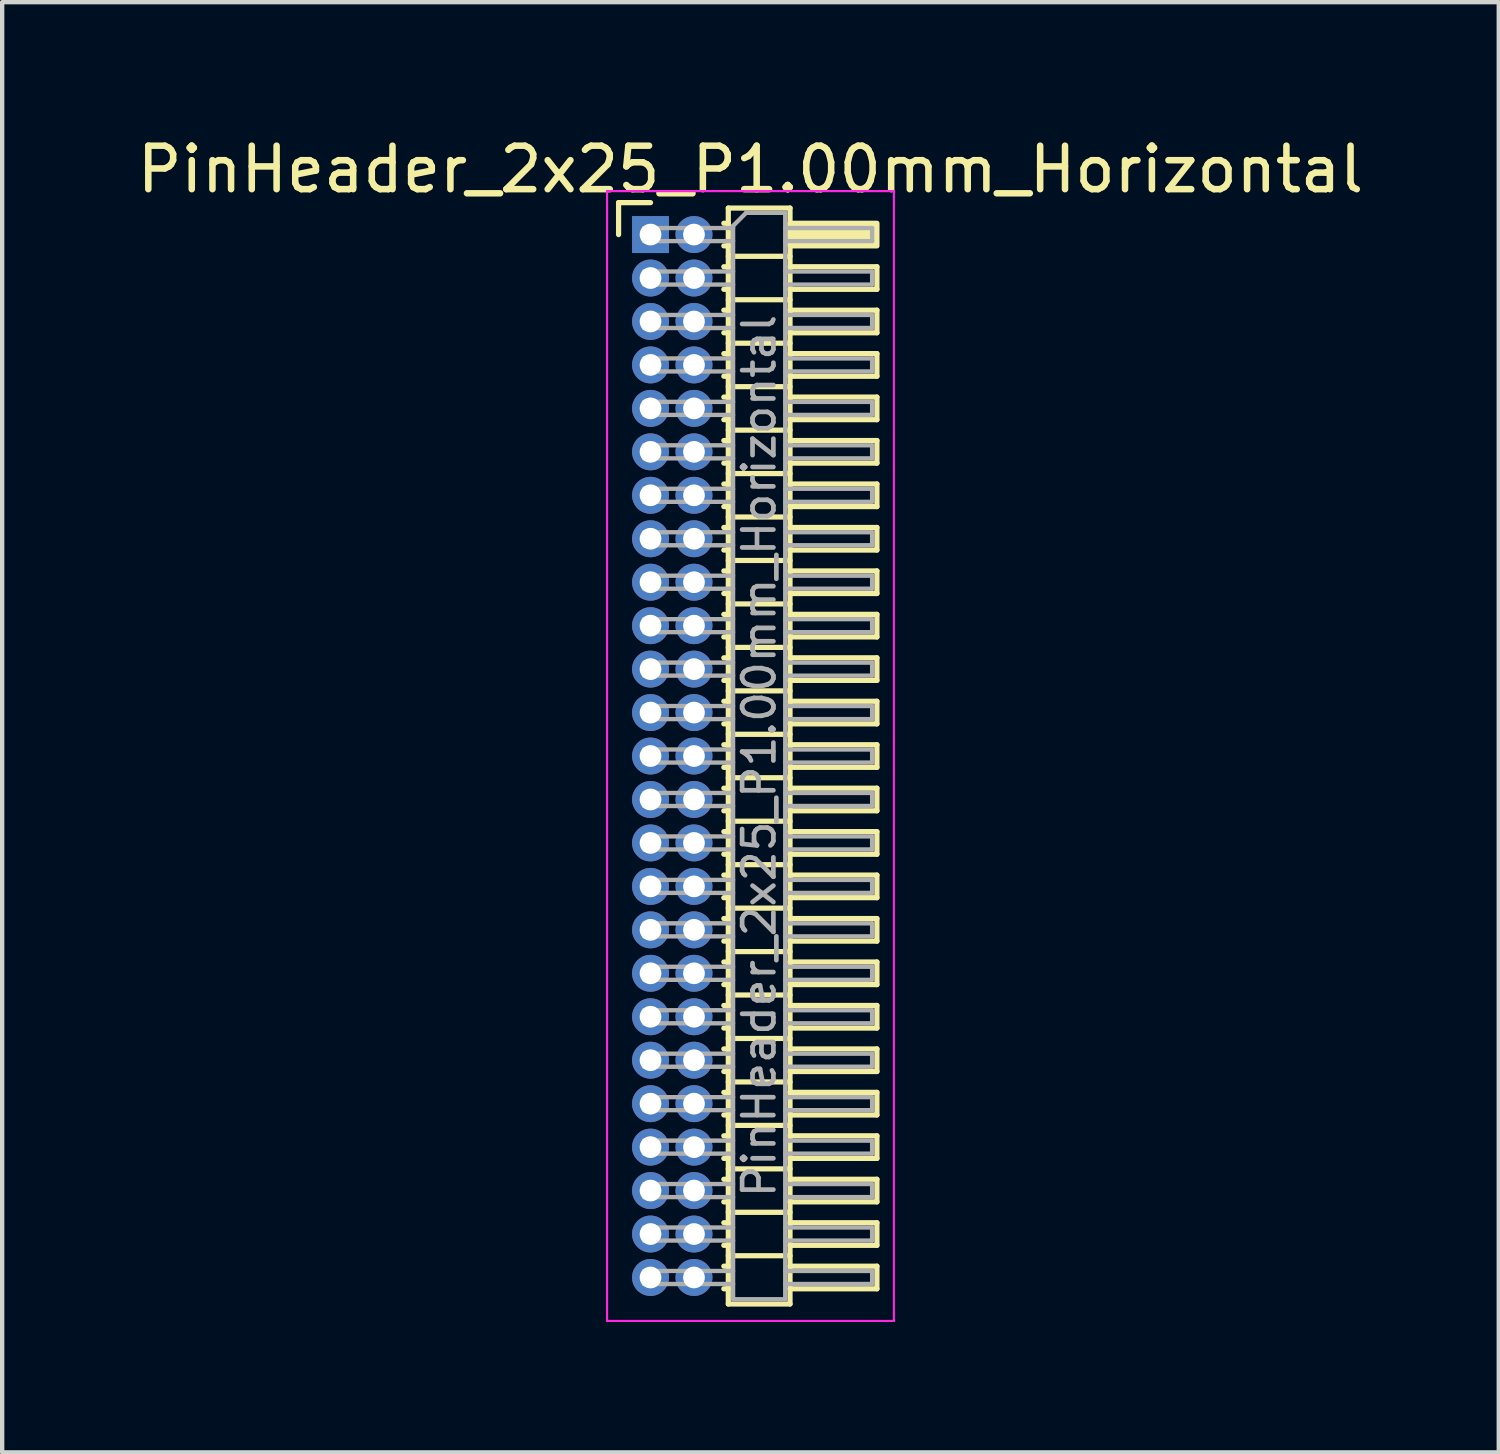
<source format=kicad_pcb>
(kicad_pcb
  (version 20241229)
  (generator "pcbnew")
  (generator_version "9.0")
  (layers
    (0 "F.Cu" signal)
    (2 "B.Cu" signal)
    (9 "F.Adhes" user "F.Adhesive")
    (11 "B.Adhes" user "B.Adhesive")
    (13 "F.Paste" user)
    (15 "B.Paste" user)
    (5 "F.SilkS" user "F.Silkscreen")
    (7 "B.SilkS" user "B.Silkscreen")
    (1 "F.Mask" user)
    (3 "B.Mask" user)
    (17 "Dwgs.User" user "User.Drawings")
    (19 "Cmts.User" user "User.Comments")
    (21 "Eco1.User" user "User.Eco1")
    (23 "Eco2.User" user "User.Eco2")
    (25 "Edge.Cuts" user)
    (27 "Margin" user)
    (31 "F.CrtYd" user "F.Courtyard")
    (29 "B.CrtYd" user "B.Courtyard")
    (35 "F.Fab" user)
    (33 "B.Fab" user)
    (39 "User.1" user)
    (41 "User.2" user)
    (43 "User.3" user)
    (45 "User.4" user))
  (footprint "PinHeader_2x25_P1.00mm_Horizontal"
    (layer "F.Cu")
    (at 11.92 2.348)
    (property "Reference" "PinHeader_2x25_P1.00mm_Horizontal" (at 2.3 -1.5 0) (layer "F.SilkS") (effects (font (size 1 1) (thickness 0.15))))
    (attr through_hole)
    (fp_line (start -0.735 -0.735) (end 0 -0.735) (stroke (width 0.12) (type solid)) (layer "F.SilkS"))
    (fp_line (start -0.735 0) (end -0.735 -0.735) (stroke (width 0.12) (type solid)) (layer "F.SilkS"))
    (fp_line (start 1.687 -0.26) (end 1.79 -0.26) (stroke (width 0.12) (type solid)) (layer "F.SilkS"))
    (fp_line (start 1.687 0.26) (end 1.79 0.26) (stroke (width 0.12) (type solid)) (layer "F.SilkS"))
    (fp_line (start 1.687 0.74) (end 1.79 0.74) (stroke (width 0.12) (type solid)) (layer "F.SilkS"))
    (fp_line (start 1.687 1.26) (end 1.79 1.26) (stroke (width 0.12) (type solid)) (layer "F.SilkS"))
    (fp_line (start 1.687 1.74) (end 1.79 1.74) (stroke (width 0.12) (type solid)) (layer "F.SilkS"))
    (fp_line (start 1.687 2.26) (end 1.79 2.26) (stroke (width 0.12) (type solid)) (layer "F.SilkS"))
    (fp_line (start 1.687 2.74) (end 1.79 2.74) (stroke (width 0.12) (type solid)) (layer "F.SilkS"))
    (fp_line (start 1.687 3.26) (end 1.79 3.26) (stroke (width 0.12) (type solid)) (layer "F.SilkS"))
    (fp_line (start 1.687 3.74) (end 1.79 3.74) (stroke (width 0.12) (type solid)) (layer "F.SilkS"))
    (fp_line (start 1.687 4.26) (end 1.79 4.26) (stroke (width 0.12) (type solid)) (layer "F.SilkS"))
    (fp_line (start 1.687 4.74) (end 1.79 4.74) (stroke (width 0.12) (type solid)) (layer "F.SilkS"))
    (fp_line (start 1.687 5.26) (end 1.79 5.26) (stroke (width 0.12) (type solid)) (layer "F.SilkS"))
    (fp_line (start 1.687 5.74) (end 1.79 5.74) (stroke (width 0.12) (type solid)) (layer "F.SilkS"))
    (fp_line (start 1.687 6.26) (end 1.79 6.26) (stroke (width 0.12) (type solid)) (layer "F.SilkS"))
    (fp_line (start 1.687 6.74) (end 1.79 6.74) (stroke (width 0.12) (type solid)) (layer "F.SilkS"))
    (fp_line (start 1.687 7.26) (end 1.79 7.26) (stroke (width 0.12) (type solid)) (layer "F.SilkS"))
    (fp_line (start 1.687 7.74) (end 1.79 7.74) (stroke (width 0.12) (type solid)) (layer "F.SilkS"))
    (fp_line (start 1.687 8.26) (end 1.79 8.26) (stroke (width 0.12) (type solid)) (layer "F.SilkS"))
    (fp_line (start 1.687 8.74) (end 1.79 8.74) (stroke (width 0.12) (type solid)) (layer "F.SilkS"))
    (fp_line (start 1.687 9.26) (end 1.79 9.26) (stroke (width 0.12) (type solid)) (layer "F.SilkS"))
    (fp_line (start 1.687 9.74) (end 1.79 9.74) (stroke (width 0.12) (type solid)) (layer "F.SilkS"))
    (fp_line (start 1.687 10.26) (end 1.79 10.26) (stroke (width 0.12) (type solid)) (layer "F.SilkS"))
    (fp_line (start 1.687 10.74) (end 1.79 10.74) (stroke (width 0.12) (type solid)) (layer "F.SilkS"))
    (fp_line (start 1.687 11.26) (end 1.79 11.26) (stroke (width 0.12) (type solid)) (layer "F.SilkS"))
    (fp_line (start 1.687 11.74) (end 1.79 11.74) (stroke (width 0.12) (type solid)) (layer "F.SilkS"))
    (fp_line (start 1.687 12.26) (end 1.79 12.26) (stroke (width 0.12) (type solid)) (layer "F.SilkS"))
    (fp_line (start 1.687 12.74) (end 1.79 12.74) (stroke (width 0.12) (type solid)) (layer "F.SilkS"))
    (fp_line (start 1.687 13.26) (end 1.79 13.26) (stroke (width 0.12) (type solid)) (layer "F.SilkS"))
    (fp_line (start 1.687 13.74) (end 1.79 13.74) (stroke (width 0.12) (type solid)) (layer "F.SilkS"))
    (fp_line (start 1.687 14.26) (end 1.79 14.26) (stroke (width 0.12) (type solid)) (layer "F.SilkS"))
    (fp_line (start 1.687 14.74) (end 1.79 14.74) (stroke (width 0.12) (type solid)) (layer "F.SilkS"))
    (fp_line (start 1.687 15.26) (end 1.79 15.26) (stroke (width 0.12) (type solid)) (layer "F.SilkS"))
    (fp_line (start 1.687 15.74) (end 1.79 15.74) (stroke (width 0.12) (type solid)) (layer "F.SilkS"))
    (fp_line (start 1.687 16.26) (end 1.79 16.26) (stroke (width 0.12) (type solid)) (layer "F.SilkS"))
    (fp_line (start 1.687 16.74) (end 1.79 16.74) (stroke (width 0.12) (type solid)) (layer "F.SilkS"))
    (fp_line (start 1.687 17.26) (end 1.79 17.26) (stroke (width 0.12) (type solid)) (layer "F.SilkS"))
    (fp_line (start 1.687 17.74) (end 1.79 17.74) (stroke (width 0.12) (type solid)) (layer "F.SilkS"))
    (fp_line (start 1.687 18.26) (end 1.79 18.26) (stroke (width 0.12) (type solid)) (layer "F.SilkS"))
    (fp_line (start 1.687 18.74) (end 1.79 18.74) (stroke (width 0.12) (type solid)) (layer "F.SilkS"))
    (fp_line (start 1.687 19.26) (end 1.79 19.26) (stroke (width 0.12) (type solid)) (layer "F.SilkS"))
    (fp_line (start 1.687 19.74) (end 1.79 19.74) (stroke (width 0.12) (type solid)) (layer "F.SilkS"))
    (fp_line (start 1.687 20.26) (end 1.79 20.26) (stroke (width 0.12) (type solid)) (layer "F.SilkS"))
    (fp_line (start 1.687 20.74) (end 1.79 20.74) (stroke (width 0.12) (type solid)) (layer "F.SilkS"))
    (fp_line (start 1.687 21.26) (end 1.79 21.26) (stroke (width 0.12) (type solid)) (layer "F.SilkS"))
    (fp_line (start 1.687 21.74) (end 1.79 21.74) (stroke (width 0.12) (type solid)) (layer "F.SilkS"))
    (fp_line (start 1.687 22.26) (end 1.79 22.26) (stroke (width 0.12) (type solid)) (layer "F.SilkS"))
    (fp_line (start 1.687 22.74) (end 1.79 22.74) (stroke (width 0.12) (type solid)) (layer "F.SilkS"))
    (fp_line (start 1.687 23.26) (end 1.79 23.26) (stroke (width 0.12) (type solid)) (layer "F.SilkS"))
    (fp_line (start 1.687 23.74) (end 1.79 23.74) (stroke (width 0.12) (type solid)) (layer "F.SilkS"))
    (fp_line (start 1.687 24.26) (end 1.79 24.26) (stroke (width 0.12) (type solid)) (layer "F.SilkS"))
    (fp_line (start 1.79 -0.61) (end 1.79 24.61) (stroke (width 0.12) (type solid)) (layer "F.SilkS"))
    (fp_line (start 1.79 0.5) (end 3.21 0.5) (stroke (width 0.12) (type solid)) (layer "F.SilkS"))
    (fp_line (start 1.79 1.5) (end 3.21 1.5) (stroke (width 0.12) (type solid)) (layer "F.SilkS"))
    (fp_line (start 1.79 2.5) (end 3.21 2.5) (stroke (width 0.12) (type solid)) (layer "F.SilkS"))
    (fp_line (start 1.79 3.5) (end 3.21 3.5) (stroke (width 0.12) (type solid)) (layer "F.SilkS"))
    (fp_line (start 1.79 4.5) (end 3.21 4.5) (stroke (width 0.12) (type solid)) (layer "F.SilkS"))
    (fp_line (start 1.79 5.5) (end 3.21 5.5) (stroke (width 0.12) (type solid)) (layer "F.SilkS"))
    (fp_line (start 1.79 6.5) (end 3.21 6.5) (stroke (width 0.12) (type solid)) (layer "F.SilkS"))
    (fp_line (start 1.79 7.5) (end 3.21 7.5) (stroke (width 0.12) (type solid)) (layer "F.SilkS"))
    (fp_line (start 1.79 8.5) (end 3.21 8.5) (stroke (width 0.12) (type solid)) (layer "F.SilkS"))
    (fp_line (start 1.79 9.5) (end 3.21 9.5) (stroke (width 0.12) (type solid)) (layer "F.SilkS"))
    (fp_line (start 1.79 10.5) (end 3.21 10.5) (stroke (width 0.12) (type solid)) (layer "F.SilkS"))
    (fp_line (start 1.79 11.5) (end 3.21 11.5) (stroke (width 0.12) (type solid)) (layer "F.SilkS"))
    (fp_line (start 1.79 12.5) (end 3.21 12.5) (stroke (width 0.12) (type solid)) (layer "F.SilkS"))
    (fp_line (start 1.79 13.5) (end 3.21 13.5) (stroke (width 0.12) (type solid)) (layer "F.SilkS"))
    (fp_line (start 1.79 14.5) (end 3.21 14.5) (stroke (width 0.12) (type solid)) (layer "F.SilkS"))
    (fp_line (start 1.79 15.5) (end 3.21 15.5) (stroke (width 0.12) (type solid)) (layer "F.SilkS"))
    (fp_line (start 1.79 16.5) (end 3.21 16.5) (stroke (width 0.12) (type solid)) (layer "F.SilkS"))
    (fp_line (start 1.79 17.5) (end 3.21 17.5) (stroke (width 0.12) (type solid)) (layer "F.SilkS"))
    (fp_line (start 1.79 18.5) (end 3.21 18.5) (stroke (width 0.12) (type solid)) (layer "F.SilkS"))
    (fp_line (start 1.79 19.5) (end 3.21 19.5) (stroke (width 0.12) (type solid)) (layer "F.SilkS"))
    (fp_line (start 1.79 20.5) (end 3.21 20.5) (stroke (width 0.12) (type solid)) (layer "F.SilkS"))
    (fp_line (start 1.79 21.5) (end 3.21 21.5) (stroke (width 0.12) (type solid)) (layer "F.SilkS"))
    (fp_line (start 1.79 22.5) (end 3.21 22.5) (stroke (width 0.12) (type solid)) (layer "F.SilkS"))
    (fp_line (start 1.79 23.5) (end 3.21 23.5) (stroke (width 0.12) (type solid)) (layer "F.SilkS"))
    (fp_line (start 1.79 24.61) (end 3.21 24.61) (stroke (width 0.12) (type solid)) (layer "F.SilkS"))
    (fp_line (start 3.21 -0.61) (end 1.79 -0.61) (stroke (width 0.12) (type solid)) (layer "F.SilkS"))
    (fp_line (start 3.21 0.74) (end 5.21 0.74) (stroke (width 0.12) (type solid)) (layer "F.SilkS"))
    (fp_line (start 3.21 1.74) (end 5.21 1.74) (stroke (width 0.12) (type solid)) (layer "F.SilkS"))
    (fp_line (start 3.21 2.74) (end 5.21 2.74) (stroke (width 0.12) (type solid)) (layer "F.SilkS"))
    (fp_line (start 3.21 3.74) (end 5.21 3.74) (stroke (width 0.12) (type solid)) (layer "F.SilkS"))
    (fp_line (start 3.21 4.74) (end 5.21 4.74) (stroke (width 0.12) (type solid)) (layer "F.SilkS"))
    (fp_line (start 3.21 5.74) (end 5.21 5.74) (stroke (width 0.12) (type solid)) (layer "F.SilkS"))
    (fp_line (start 3.21 6.74) (end 5.21 6.74) (stroke (width 0.12) (type solid)) (layer "F.SilkS"))
    (fp_line (start 3.21 7.74) (end 5.21 7.74) (stroke (width 0.12) (type solid)) (layer "F.SilkS"))
    (fp_line (start 3.21 8.74) (end 5.21 8.74) (stroke (width 0.12) (type solid)) (layer "F.SilkS"))
    (fp_line (start 3.21 9.74) (end 5.21 9.74) (stroke (width 0.12) (type solid)) (layer "F.SilkS"))
    (fp_line (start 3.21 10.74) (end 5.21 10.74) (stroke (width 0.12) (type solid)) (layer "F.SilkS"))
    (fp_line (start 3.21 11.74) (end 5.21 11.74) (stroke (width 0.12) (type solid)) (layer "F.SilkS"))
    (fp_line (start 3.21 12.74) (end 5.21 12.74) (stroke (width 0.12) (type solid)) (layer "F.SilkS"))
    (fp_line (start 3.21 13.74) (end 5.21 13.74) (stroke (width 0.12) (type solid)) (layer "F.SilkS"))
    (fp_line (start 3.21 14.74) (end 5.21 14.74) (stroke (width 0.12) (type solid)) (layer "F.SilkS"))
    (fp_line (start 3.21 15.74) (end 5.21 15.74) (stroke (width 0.12) (type solid)) (layer "F.SilkS"))
    (fp_line (start 3.21 16.74) (end 5.21 16.74) (stroke (width 0.12) (type solid)) (layer "F.SilkS"))
    (fp_line (start 3.21 17.74) (end 5.21 17.74) (stroke (width 0.12) (type solid)) (layer "F.SilkS"))
    (fp_line (start 3.21 18.74) (end 5.21 18.74) (stroke (width 0.12) (type solid)) (layer "F.SilkS"))
    (fp_line (start 3.21 19.74) (end 5.21 19.74) (stroke (width 0.12) (type solid)) (layer "F.SilkS"))
    (fp_line (start 3.21 20.74) (end 5.21 20.74) (stroke (width 0.12) (type solid)) (layer "F.SilkS"))
    (fp_line (start 3.21 21.74) (end 5.21 21.74) (stroke (width 0.12) (type solid)) (layer "F.SilkS"))
    (fp_line (start 3.21 22.74) (end 5.21 22.74) (stroke (width 0.12) (type solid)) (layer "F.SilkS"))
    (fp_line (start 3.21 23.74) (end 5.21 23.74) (stroke (width 0.12) (type solid)) (layer "F.SilkS"))
    (fp_line (start 3.21 24.61) (end 3.21 -0.61) (stroke (width 0.12) (type solid)) (layer "F.SilkS"))
    (fp_line (start 5.21 0.74) (end 5.21 1.26) (stroke (width 0.12) (type solid)) (layer "F.SilkS"))
    (fp_line (start 5.21 1.26) (end 3.21 1.26) (stroke (width 0.12) (type solid)) (layer "F.SilkS"))
    (fp_line (start 5.21 1.74) (end 5.21 2.26) (stroke (width 0.12) (type solid)) (layer "F.SilkS"))
    (fp_line (start 5.21 2.26) (end 3.21 2.26) (stroke (width 0.12) (type solid)) (layer "F.SilkS"))
    (fp_line (start 5.21 2.74) (end 5.21 3.26) (stroke (width 0.12) (type solid)) (layer "F.SilkS"))
    (fp_line (start 5.21 3.26) (end 3.21 3.26) (stroke (width 0.12) (type solid)) (layer "F.SilkS"))
    (fp_line (start 5.21 3.74) (end 5.21 4.26) (stroke (width 0.12) (type solid)) (layer "F.SilkS"))
    (fp_line (start 5.21 4.26) (end 3.21 4.26) (stroke (width 0.12) (type solid)) (layer "F.SilkS"))
    (fp_line (start 5.21 4.74) (end 5.21 5.26) (stroke (width 0.12) (type solid)) (layer "F.SilkS"))
    (fp_line (start 5.21 5.26) (end 3.21 5.26) (stroke (width 0.12) (type solid)) (layer "F.SilkS"))
    (fp_line (start 5.21 5.74) (end 5.21 6.26) (stroke (width 0.12) (type solid)) (layer "F.SilkS"))
    (fp_line (start 5.21 6.26) (end 3.21 6.26) (stroke (width 0.12) (type solid)) (layer "F.SilkS"))
    (fp_line (start 5.21 6.74) (end 5.21 7.26) (stroke (width 0.12) (type solid)) (layer "F.SilkS"))
    (fp_line (start 5.21 7.26) (end 3.21 7.26) (stroke (width 0.12) (type solid)) (layer "F.SilkS"))
    (fp_line (start 5.21 7.74) (end 5.21 8.26) (stroke (width 0.12) (type solid)) (layer "F.SilkS"))
    (fp_line (start 5.21 8.26) (end 3.21 8.26) (stroke (width 0.12) (type solid)) (layer "F.SilkS"))
    (fp_line (start 5.21 8.74) (end 5.21 9.26) (stroke (width 0.12) (type solid)) (layer "F.SilkS"))
    (fp_line (start 5.21 9.26) (end 3.21 9.26) (stroke (width 0.12) (type solid)) (layer "F.SilkS"))
    (fp_line (start 5.21 9.74) (end 5.21 10.26) (stroke (width 0.12) (type solid)) (layer "F.SilkS"))
    (fp_line (start 5.21 10.26) (end 3.21 10.26) (stroke (width 0.12) (type solid)) (layer "F.SilkS"))
    (fp_line (start 5.21 10.74) (end 5.21 11.26) (stroke (width 0.12) (type solid)) (layer "F.SilkS"))
    (fp_line (start 5.21 11.26) (end 3.21 11.26) (stroke (width 0.12) (type solid)) (layer "F.SilkS"))
    (fp_line (start 5.21 11.74) (end 5.21 12.26) (stroke (width 0.12) (type solid)) (layer "F.SilkS"))
    (fp_line (start 5.21 12.26) (end 3.21 12.26) (stroke (width 0.12) (type solid)) (layer "F.SilkS"))
    (fp_line (start 5.21 12.74) (end 5.21 13.26) (stroke (width 0.12) (type solid)) (layer "F.SilkS"))
    (fp_line (start 5.21 13.26) (end 3.21 13.26) (stroke (width 0.12) (type solid)) (layer "F.SilkS"))
    (fp_line (start 5.21 13.74) (end 5.21 14.26) (stroke (width 0.12) (type solid)) (layer "F.SilkS"))
    (fp_line (start 5.21 14.26) (end 3.21 14.26) (stroke (width 0.12) (type solid)) (layer "F.SilkS"))
    (fp_line (start 5.21 14.74) (end 5.21 15.26) (stroke (width 0.12) (type solid)) (layer "F.SilkS"))
    (fp_line (start 5.21 15.26) (end 3.21 15.26) (stroke (width 0.12) (type solid)) (layer "F.SilkS"))
    (fp_line (start 5.21 15.74) (end 5.21 16.26) (stroke (width 0.12) (type solid)) (layer "F.SilkS"))
    (fp_line (start 5.21 16.26) (end 3.21 16.26) (stroke (width 0.12) (type solid)) (layer "F.SilkS"))
    (fp_line (start 5.21 16.74) (end 5.21 17.26) (stroke (width 0.12) (type solid)) (layer "F.SilkS"))
    (fp_line (start 5.21 17.26) (end 3.21 17.26) (stroke (width 0.12) (type solid)) (layer "F.SilkS"))
    (fp_line (start 5.21 17.74) (end 5.21 18.26) (stroke (width 0.12) (type solid)) (layer "F.SilkS"))
    (fp_line (start 5.21 18.26) (end 3.21 18.26) (stroke (width 0.12) (type solid)) (layer "F.SilkS"))
    (fp_line (start 5.21 18.74) (end 5.21 19.26) (stroke (width 0.12) (type solid)) (layer "F.SilkS"))
    (fp_line (start 5.21 19.26) (end 3.21 19.26) (stroke (width 0.12) (type solid)) (layer "F.SilkS"))
    (fp_line (start 5.21 19.74) (end 5.21 20.26) (stroke (width 0.12) (type solid)) (layer "F.SilkS"))
    (fp_line (start 5.21 20.26) (end 3.21 20.26) (stroke (width 0.12) (type solid)) (layer "F.SilkS"))
    (fp_line (start 5.21 20.74) (end 5.21 21.26) (stroke (width 0.12) (type solid)) (layer "F.SilkS"))
    (fp_line (start 5.21 21.26) (end 3.21 21.26) (stroke (width 0.12) (type solid)) (layer "F.SilkS"))
    (fp_line (start 5.21 21.74) (end 5.21 22.26) (stroke (width 0.12) (type solid)) (layer "F.SilkS"))
    (fp_line (start 5.21 22.26) (end 3.21 22.26) (stroke (width 0.12) (type solid)) (layer "F.SilkS"))
    (fp_line (start 5.21 22.74) (end 5.21 23.26) (stroke (width 0.12) (type solid)) (layer "F.SilkS"))
    (fp_line (start 5.21 23.26) (end 3.21 23.26) (stroke (width 0.12) (type solid)) (layer "F.SilkS"))
    (fp_line (start 5.21 23.74) (end 5.21 24.26) (stroke (width 0.12) (type solid)) (layer "F.SilkS"))
    (fp_line (start 5.21 24.26) (end 3.21 24.26) (stroke (width 0.12) (type solid)) (layer "F.SilkS"))
    (fp_rect (start 3.21 -0.26) (end 5.21 0.26) (stroke (width 0.12) (type solid)) (fill yes) (layer "F.SilkS"))
    (fp_line (start -1 -1) (end -1 25) (stroke (width 0.05) (type solid)) (layer "F.CrtYd"))
    (fp_line (start -1 25) (end 5.6 25) (stroke (width 0.05) (type solid)) (layer "F.CrtYd"))
    (fp_line (start 5.6 -1) (end -1 -1) (stroke (width 0.05) (type solid)) (layer "F.CrtYd"))
    (fp_line (start 5.6 25) (end 5.6 -1) (stroke (width 0.05) (type solid)) (layer "F.CrtYd"))
    (fp_line (start -0.15 -0.15) (end -0.15 0.15) (stroke (width 0.1) (type solid)) (layer "F.Fab"))
    (fp_line (start -0.15 -0.15) (end 1.9 -0.15) (stroke (width 0.1) (type solid)) (layer "F.Fab"))
    (fp_line (start -0.15 0.15) (end 1.9 0.15) (stroke (width 0.1) (type solid)) (layer "F.Fab"))
    (fp_line (start -0.15 0.85) (end -0.15 1.15) (stroke (width 0.1) (type solid)) (layer "F.Fab"))
    (fp_line (start -0.15 0.85) (end 1.9 0.85) (stroke (width 0.1) (type solid)) (layer "F.Fab"))
    (fp_line (start -0.15 1.15) (end 1.9 1.15) (stroke (width 0.1) (type solid)) (layer "F.Fab"))
    (fp_line (start -0.15 1.85) (end -0.15 2.15) (stroke (width 0.1) (type solid)) (layer "F.Fab"))
    (fp_line (start -0.15 1.85) (end 1.9 1.85) (stroke (width 0.1) (type solid)) (layer "F.Fab"))
    (fp_line (start -0.15 2.15) (end 1.9 2.15) (stroke (width 0.1) (type solid)) (layer "F.Fab"))
    (fp_line (start -0.15 2.85) (end -0.15 3.15) (stroke (width 0.1) (type solid)) (layer "F.Fab"))
    (fp_line (start -0.15 2.85) (end 1.9 2.85) (stroke (width 0.1) (type solid)) (layer "F.Fab"))
    (fp_line (start -0.15 3.15) (end 1.9 3.15) (stroke (width 0.1) (type solid)) (layer "F.Fab"))
    (fp_line (start -0.15 3.85) (end -0.15 4.15) (stroke (width 0.1) (type solid)) (layer "F.Fab"))
    (fp_line (start -0.15 3.85) (end 1.9 3.85) (stroke (width 0.1) (type solid)) (layer "F.Fab"))
    (fp_line (start -0.15 4.15) (end 1.9 4.15) (stroke (width 0.1) (type solid)) (layer "F.Fab"))
    (fp_line (start -0.15 4.85) (end -0.15 5.15) (stroke (width 0.1) (type solid)) (layer "F.Fab"))
    (fp_line (start -0.15 4.85) (end 1.9 4.85) (stroke (width 0.1) (type solid)) (layer "F.Fab"))
    (fp_line (start -0.15 5.15) (end 1.9 5.15) (stroke (width 0.1) (type solid)) (layer "F.Fab"))
    (fp_line (start -0.15 5.85) (end -0.15 6.15) (stroke (width 0.1) (type solid)) (layer "F.Fab"))
    (fp_line (start -0.15 5.85) (end 1.9 5.85) (stroke (width 0.1) (type solid)) (layer "F.Fab"))
    (fp_line (start -0.15 6.15) (end 1.9 6.15) (stroke (width 0.1) (type solid)) (layer "F.Fab"))
    (fp_line (start -0.15 6.85) (end -0.15 7.15) (stroke (width 0.1) (type solid)) (layer "F.Fab"))
    (fp_line (start -0.15 6.85) (end 1.9 6.85) (stroke (width 0.1) (type solid)) (layer "F.Fab"))
    (fp_line (start -0.15 7.15) (end 1.9 7.15) (stroke (width 0.1) (type solid)) (layer "F.Fab"))
    (fp_line (start -0.15 7.85) (end -0.15 8.15) (stroke (width 0.1) (type solid)) (layer "F.Fab"))
    (fp_line (start -0.15 7.85) (end 1.9 7.85) (stroke (width 0.1) (type solid)) (layer "F.Fab"))
    (fp_line (start -0.15 8.15) (end 1.9 8.15) (stroke (width 0.1) (type solid)) (layer "F.Fab"))
    (fp_line (start -0.15 8.85) (end -0.15 9.15) (stroke (width 0.1) (type solid)) (layer "F.Fab"))
    (fp_line (start -0.15 8.85) (end 1.9 8.85) (stroke (width 0.1) (type solid)) (layer "F.Fab"))
    (fp_line (start -0.15 9.15) (end 1.9 9.15) (stroke (width 0.1) (type solid)) (layer "F.Fab"))
    (fp_line (start -0.15 9.85) (end -0.15 10.15) (stroke (width 0.1) (type solid)) (layer "F.Fab"))
    (fp_line (start -0.15 9.85) (end 1.9 9.85) (stroke (width 0.1) (type solid)) (layer "F.Fab"))
    (fp_line (start -0.15 10.15) (end 1.9 10.15) (stroke (width 0.1) (type solid)) (layer "F.Fab"))
    (fp_line (start -0.15 10.85) (end -0.15 11.15) (stroke (width 0.1) (type solid)) (layer "F.Fab"))
    (fp_line (start -0.15 10.85) (end 1.9 10.85) (stroke (width 0.1) (type solid)) (layer "F.Fab"))
    (fp_line (start -0.15 11.15) (end 1.9 11.15) (stroke (width 0.1) (type solid)) (layer "F.Fab"))
    (fp_line (start -0.15 11.85) (end -0.15 12.15) (stroke (width 0.1) (type solid)) (layer "F.Fab"))
    (fp_line (start -0.15 11.85) (end 1.9 11.85) (stroke (width 0.1) (type solid)) (layer "F.Fab"))
    (fp_line (start -0.15 12.15) (end 1.9 12.15) (stroke (width 0.1) (type solid)) (layer "F.Fab"))
    (fp_line (start -0.15 12.85) (end -0.15 13.15) (stroke (width 0.1) (type solid)) (layer "F.Fab"))
    (fp_line (start -0.15 12.85) (end 1.9 12.85) (stroke (width 0.1) (type solid)) (layer "F.Fab"))
    (fp_line (start -0.15 13.15) (end 1.9 13.15) (stroke (width 0.1) (type solid)) (layer "F.Fab"))
    (fp_line (start -0.15 13.85) (end -0.15 14.15) (stroke (width 0.1) (type solid)) (layer "F.Fab"))
    (fp_line (start -0.15 13.85) (end 1.9 13.85) (stroke (width 0.1) (type solid)) (layer "F.Fab"))
    (fp_line (start -0.15 14.15) (end 1.9 14.15) (stroke (width 0.1) (type solid)) (layer "F.Fab"))
    (fp_line (start -0.15 14.85) (end -0.15 15.15) (stroke (width 0.1) (type solid)) (layer "F.Fab"))
    (fp_line (start -0.15 14.85) (end 1.9 14.85) (stroke (width 0.1) (type solid)) (layer "F.Fab"))
    (fp_line (start -0.15 15.15) (end 1.9 15.15) (stroke (width 0.1) (type solid)) (layer "F.Fab"))
    (fp_line (start -0.15 15.85) (end -0.15 16.15) (stroke (width 0.1) (type solid)) (layer "F.Fab"))
    (fp_line (start -0.15 15.85) (end 1.9 15.85) (stroke (width 0.1) (type solid)) (layer "F.Fab"))
    (fp_line (start -0.15 16.15) (end 1.9 16.15) (stroke (width 0.1) (type solid)) (layer "F.Fab"))
    (fp_line (start -0.15 16.85) (end -0.15 17.15) (stroke (width 0.1) (type solid)) (layer "F.Fab"))
    (fp_line (start -0.15 16.85) (end 1.9 16.85) (stroke (width 0.1) (type solid)) (layer "F.Fab"))
    (fp_line (start -0.15 17.15) (end 1.9 17.15) (stroke (width 0.1) (type solid)) (layer "F.Fab"))
    (fp_line (start -0.15 17.85) (end -0.15 18.15) (stroke (width 0.1) (type solid)) (layer "F.Fab"))
    (fp_line (start -0.15 17.85) (end 1.9 17.85) (stroke (width 0.1) (type solid)) (layer "F.Fab"))
    (fp_line (start -0.15 18.15) (end 1.9 18.15) (stroke (width 0.1) (type solid)) (layer "F.Fab"))
    (fp_line (start -0.15 18.85) (end -0.15 19.15) (stroke (width 0.1) (type solid)) (layer "F.Fab"))
    (fp_line (start -0.15 18.85) (end 1.9 18.85) (stroke (width 0.1) (type solid)) (layer "F.Fab"))
    (fp_line (start -0.15 19.15) (end 1.9 19.15) (stroke (width 0.1) (type solid)) (layer "F.Fab"))
    (fp_line (start -0.15 19.85) (end -0.15 20.15) (stroke (width 0.1) (type solid)) (layer "F.Fab"))
    (fp_line (start -0.15 19.85) (end 1.9 19.85) (stroke (width 0.1) (type solid)) (layer "F.Fab"))
    (fp_line (start -0.15 20.15) (end 1.9 20.15) (stroke (width 0.1) (type solid)) (layer "F.Fab"))
    (fp_line (start -0.15 20.85) (end -0.15 21.15) (stroke (width 0.1) (type solid)) (layer "F.Fab"))
    (fp_line (start -0.15 20.85) (end 1.9 20.85) (stroke (width 0.1) (type solid)) (layer "F.Fab"))
    (fp_line (start -0.15 21.15) (end 1.9 21.15) (stroke (width 0.1) (type solid)) (layer "F.Fab"))
    (fp_line (start -0.15 21.85) (end -0.15 22.15) (stroke (width 0.1) (type solid)) (layer "F.Fab"))
    (fp_line (start -0.15 21.85) (end 1.9 21.85) (stroke (width 0.1) (type solid)) (layer "F.Fab"))
    (fp_line (start -0.15 22.15) (end 1.9 22.15) (stroke (width 0.1) (type solid)) (layer "F.Fab"))
    (fp_line (start -0.15 22.85) (end -0.15 23.15) (stroke (width 0.1) (type solid)) (layer "F.Fab"))
    (fp_line (start -0.15 22.85) (end 1.9 22.85) (stroke (width 0.1) (type solid)) (layer "F.Fab"))
    (fp_line (start -0.15 23.15) (end 1.9 23.15) (stroke (width 0.1) (type solid)) (layer "F.Fab"))
    (fp_line (start -0.15 23.85) (end -0.15 24.15) (stroke (width 0.1) (type solid)) (layer "F.Fab"))
    (fp_line (start -0.15 23.85) (end 1.9 23.85) (stroke (width 0.1) (type solid)) (layer "F.Fab"))
    (fp_line (start -0.15 24.15) (end 1.9 24.15) (stroke (width 0.1) (type solid)) (layer "F.Fab"))
    (fp_line (start 1.9 -0.2) (end 2.2 -0.5) (stroke (width 0.1) (type solid)) (layer "F.Fab"))
    (fp_line (start 1.9 24.5) (end 1.9 -0.2) (stroke (width 0.1) (type solid)) (layer "F.Fab"))
    (fp_line (start 2.2 -0.5) (end 3.1 -0.5) (stroke (width 0.1) (type solid)) (layer "F.Fab"))
    (fp_line (start 3.1 -0.5) (end 3.1 24.5) (stroke (width 0.1) (type solid)) (layer "F.Fab"))
    (fp_line (start 3.1 -0.15) (end 5.1 -0.15) (stroke (width 0.1) (type solid)) (layer "F.Fab"))
    (fp_line (start 3.1 0.15) (end 5.1 0.15) (stroke (width 0.1) (type solid)) (layer "F.Fab"))
    (fp_line (start 3.1 0.85) (end 5.1 0.85) (stroke (width 0.1) (type solid)) (layer "F.Fab"))
    (fp_line (start 3.1 1.15) (end 5.1 1.15) (stroke (width 0.1) (type solid)) (layer "F.Fab"))
    (fp_line (start 3.1 1.85) (end 5.1 1.85) (stroke (width 0.1) (type solid)) (layer "F.Fab"))
    (fp_line (start 3.1 2.15) (end 5.1 2.15) (stroke (width 0.1) (type solid)) (layer "F.Fab"))
    (fp_line (start 3.1 2.85) (end 5.1 2.85) (stroke (width 0.1) (type solid)) (layer "F.Fab"))
    (fp_line (start 3.1 3.15) (end 5.1 3.15) (stroke (width 0.1) (type solid)) (layer "F.Fab"))
    (fp_line (start 3.1 3.85) (end 5.1 3.85) (stroke (width 0.1) (type solid)) (layer "F.Fab"))
    (fp_line (start 3.1 4.15) (end 5.1 4.15) (stroke (width 0.1) (type solid)) (layer "F.Fab"))
    (fp_line (start 3.1 4.85) (end 5.1 4.85) (stroke (width 0.1) (type solid)) (layer "F.Fab"))
    (fp_line (start 3.1 5.15) (end 5.1 5.15) (stroke (width 0.1) (type solid)) (layer "F.Fab"))
    (fp_line (start 3.1 5.85) (end 5.1 5.85) (stroke (width 0.1) (type solid)) (layer "F.Fab"))
    (fp_line (start 3.1 6.15) (end 5.1 6.15) (stroke (width 0.1) (type solid)) (layer "F.Fab"))
    (fp_line (start 3.1 6.85) (end 5.1 6.85) (stroke (width 0.1) (type solid)) (layer "F.Fab"))
    (fp_line (start 3.1 7.15) (end 5.1 7.15) (stroke (width 0.1) (type solid)) (layer "F.Fab"))
    (fp_line (start 3.1 7.85) (end 5.1 7.85) (stroke (width 0.1) (type solid)) (layer "F.Fab"))
    (fp_line (start 3.1 8.15) (end 5.1 8.15) (stroke (width 0.1) (type solid)) (layer "F.Fab"))
    (fp_line (start 3.1 8.85) (end 5.1 8.85) (stroke (width 0.1) (type solid)) (layer "F.Fab"))
    (fp_line (start 3.1 9.15) (end 5.1 9.15) (stroke (width 0.1) (type solid)) (layer "F.Fab"))
    (fp_line (start 3.1 9.85) (end 5.1 9.85) (stroke (width 0.1) (type solid)) (layer "F.Fab"))
    (fp_line (start 3.1 10.15) (end 5.1 10.15) (stroke (width 0.1) (type solid)) (layer "F.Fab"))
    (fp_line (start 3.1 10.85) (end 5.1 10.85) (stroke (width 0.1) (type solid)) (layer "F.Fab"))
    (fp_line (start 3.1 11.15) (end 5.1 11.15) (stroke (width 0.1) (type solid)) (layer "F.Fab"))
    (fp_line (start 3.1 11.85) (end 5.1 11.85) (stroke (width 0.1) (type solid)) (layer "F.Fab"))
    (fp_line (start 3.1 12.15) (end 5.1 12.15) (stroke (width 0.1) (type solid)) (layer "F.Fab"))
    (fp_line (start 3.1 12.85) (end 5.1 12.85) (stroke (width 0.1) (type solid)) (layer "F.Fab"))
    (fp_line (start 3.1 13.15) (end 5.1 13.15) (stroke (width 0.1) (type solid)) (layer "F.Fab"))
    (fp_line (start 3.1 13.85) (end 5.1 13.85) (stroke (width 0.1) (type solid)) (layer "F.Fab"))
    (fp_line (start 3.1 14.15) (end 5.1 14.15) (stroke (width 0.1) (type solid)) (layer "F.Fab"))
    (fp_line (start 3.1 14.85) (end 5.1 14.85) (stroke (width 0.1) (type solid)) (layer "F.Fab"))
    (fp_line (start 3.1 15.15) (end 5.1 15.15) (stroke (width 0.1) (type solid)) (layer "F.Fab"))
    (fp_line (start 3.1 15.85) (end 5.1 15.85) (stroke (width 0.1) (type solid)) (layer "F.Fab"))
    (fp_line (start 3.1 16.15) (end 5.1 16.15) (stroke (width 0.1) (type solid)) (layer "F.Fab"))
    (fp_line (start 3.1 16.85) (end 5.1 16.85) (stroke (width 0.1) (type solid)) (layer "F.Fab"))
    (fp_line (start 3.1 17.15) (end 5.1 17.15) (stroke (width 0.1) (type solid)) (layer "F.Fab"))
    (fp_line (start 3.1 17.85) (end 5.1 17.85) (stroke (width 0.1) (type solid)) (layer "F.Fab"))
    (fp_line (start 3.1 18.15) (end 5.1 18.15) (stroke (width 0.1) (type solid)) (layer "F.Fab"))
    (fp_line (start 3.1 18.85) (end 5.1 18.85) (stroke (width 0.1) (type solid)) (layer "F.Fab"))
    (fp_line (start 3.1 19.15) (end 5.1 19.15) (stroke (width 0.1) (type solid)) (layer "F.Fab"))
    (fp_line (start 3.1 19.85) (end 5.1 19.85) (stroke (width 0.1) (type solid)) (layer "F.Fab"))
    (fp_line (start 3.1 20.15) (end 5.1 20.15) (stroke (width 0.1) (type solid)) (layer "F.Fab"))
    (fp_line (start 3.1 20.85) (end 5.1 20.85) (stroke (width 0.1) (type solid)) (layer "F.Fab"))
    (fp_line (start 3.1 21.15) (end 5.1 21.15) (stroke (width 0.1) (type solid)) (layer "F.Fab"))
    (fp_line (start 3.1 21.85) (end 5.1 21.85) (stroke (width 0.1) (type solid)) (layer "F.Fab"))
    (fp_line (start 3.1 22.15) (end 5.1 22.15) (stroke (width 0.1) (type solid)) (layer "F.Fab"))
    (fp_line (start 3.1 22.85) (end 5.1 22.85) (stroke (width 0.1) (type solid)) (layer "F.Fab"))
    (fp_line (start 3.1 23.15) (end 5.1 23.15) (stroke (width 0.1) (type solid)) (layer "F.Fab"))
    (fp_line (start 3.1 23.85) (end 5.1 23.85) (stroke (width 0.1) (type solid)) (layer "F.Fab"))
    (fp_line (start 3.1 24.15) (end 5.1 24.15) (stroke (width 0.1) (type solid)) (layer "F.Fab"))
    (fp_line (start 3.1 24.5) (end 1.9 24.5) (stroke (width 0.1) (type solid)) (layer "F.Fab"))
    (fp_line (start 5.1 -0.15) (end 5.1 0.15) (stroke (width 0.1) (type solid)) (layer "F.Fab"))
    (fp_line (start 5.1 0.85) (end 5.1 1.15) (stroke (width 0.1) (type solid)) (layer "F.Fab"))
    (fp_line (start 5.1 1.85) (end 5.1 2.15) (stroke (width 0.1) (type solid)) (layer "F.Fab"))
    (fp_line (start 5.1 2.85) (end 5.1 3.15) (stroke (width 0.1) (type solid)) (layer "F.Fab"))
    (fp_line (start 5.1 3.85) (end 5.1 4.15) (stroke (width 0.1) (type solid)) (layer "F.Fab"))
    (fp_line (start 5.1 4.85) (end 5.1 5.15) (stroke (width 0.1) (type solid)) (layer "F.Fab"))
    (fp_line (start 5.1 5.85) (end 5.1 6.15) (stroke (width 0.1) (type solid)) (layer "F.Fab"))
    (fp_line (start 5.1 6.85) (end 5.1 7.15) (stroke (width 0.1) (type solid)) (layer "F.Fab"))
    (fp_line (start 5.1 7.85) (end 5.1 8.15) (stroke (width 0.1) (type solid)) (layer "F.Fab"))
    (fp_line (start 5.1 8.85) (end 5.1 9.15) (stroke (width 0.1) (type solid)) (layer "F.Fab"))
    (fp_line (start 5.1 9.85) (end 5.1 10.15) (stroke (width 0.1) (type solid)) (layer "F.Fab"))
    (fp_line (start 5.1 10.85) (end 5.1 11.15) (stroke (width 0.1) (type solid)) (layer "F.Fab"))
    (fp_line (start 5.1 11.85) (end 5.1 12.15) (stroke (width 0.1) (type solid)) (layer "F.Fab"))
    (fp_line (start 5.1 12.85) (end 5.1 13.15) (stroke (width 0.1) (type solid)) (layer "F.Fab"))
    (fp_line (start 5.1 13.85) (end 5.1 14.15) (stroke (width 0.1) (type solid)) (layer "F.Fab"))
    (fp_line (start 5.1 14.85) (end 5.1 15.15) (stroke (width 0.1) (type solid)) (layer "F.Fab"))
    (fp_line (start 5.1 15.85) (end 5.1 16.15) (stroke (width 0.1) (type solid)) (layer "F.Fab"))
    (fp_line (start 5.1 16.85) (end 5.1 17.15) (stroke (width 0.1) (type solid)) (layer "F.Fab"))
    (fp_line (start 5.1 17.85) (end 5.1 18.15) (stroke (width 0.1) (type solid)) (layer "F.Fab"))
    (fp_line (start 5.1 18.85) (end 5.1 19.15) (stroke (width 0.1) (type solid)) (layer "F.Fab"))
    (fp_line (start 5.1 19.85) (end 5.1 20.15) (stroke (width 0.1) (type solid)) (layer "F.Fab"))
    (fp_line (start 5.1 20.85) (end 5.1 21.15) (stroke (width 0.1) (type solid)) (layer "F.Fab"))
    (fp_line (start 5.1 21.85) (end 5.1 22.15) (stroke (width 0.1) (type solid)) (layer "F.Fab"))
    (fp_line (start 5.1 22.85) (end 5.1 23.15) (stroke (width 0.1) (type solid)) (layer "F.Fab"))
    (fp_line (start 5.1 23.85) (end 5.1 24.15) (stroke (width 0.1) (type solid)) (layer "F.Fab"))
    (fp_text user "${REFERENCE}" (at 2.5 12 90) (layer "F.Fab") (effects (font (size 0.72 0.72) (thickness 0.108))))
    (pad "1" thru_hole rect (at 0 0) (size 0.85 0.85) (drill 0.5) (layers "*.Cu" "*.Mask"))
    (pad "2" thru_hole circle (at 1 0) (size 0.85 0.85) (drill 0.5) (layers "*.Cu" "*.Mask"))
    (pad "3" thru_hole circle (at 0 1) (size 0.85 0.85) (drill 0.5) (layers "*.Cu" "*.Mask"))
    (pad "4" thru_hole circle (at 1 1) (size 0.85 0.85) (drill 0.5) (layers "*.Cu" "*.Mask"))
    (pad "5" thru_hole circle (at 0 2) (size 0.85 0.85) (drill 0.5) (layers "*.Cu" "*.Mask"))
    (pad "6" thru_hole circle (at 1 2) (size 0.85 0.85) (drill 0.5) (layers "*.Cu" "*.Mask"))
    (pad "7" thru_hole circle (at 0 3) (size 0.85 0.85) (drill 0.5) (layers "*.Cu" "*.Mask"))
    (pad "8" thru_hole circle (at 1 3) (size 0.85 0.85) (drill 0.5) (layers "*.Cu" "*.Mask"))
    (pad "9" thru_hole circle (at 0 4) (size 0.85 0.85) (drill 0.5) (layers "*.Cu" "*.Mask"))
    (pad "10" thru_hole circle (at 1 4) (size 0.85 0.85) (drill 0.5) (layers "*.Cu" "*.Mask"))
    (pad "11" thru_hole circle (at 0 5) (size 0.85 0.85) (drill 0.5) (layers "*.Cu" "*.Mask"))
    (pad "12" thru_hole circle (at 1 5) (size 0.85 0.85) (drill 0.5) (layers "*.Cu" "*.Mask"))
    (pad "13" thru_hole circle (at 0 6) (size 0.85 0.85) (drill 0.5) (layers "*.Cu" "*.Mask"))
    (pad "14" thru_hole circle (at 1 6) (size 0.85 0.85) (drill 0.5) (layers "*.Cu" "*.Mask"))
    (pad "15" thru_hole circle (at 0 7) (size 0.85 0.85) (drill 0.5) (layers "*.Cu" "*.Mask"))
    (pad "16" thru_hole circle (at 1 7) (size 0.85 0.85) (drill 0.5) (layers "*.Cu" "*.Mask"))
    (pad "17" thru_hole circle (at 0 8) (size 0.85 0.85) (drill 0.5) (layers "*.Cu" "*.Mask"))
    (pad "18" thru_hole circle (at 1 8) (size 0.85 0.85) (drill 0.5) (layers "*.Cu" "*.Mask"))
    (pad "19" thru_hole circle (at 0 9) (size 0.85 0.85) (drill 0.5) (layers "*.Cu" "*.Mask"))
    (pad "20" thru_hole circle (at 1 9) (size 0.85 0.85) (drill 0.5) (layers "*.Cu" "*.Mask"))
    (pad "21" thru_hole circle (at 0 10) (size 0.85 0.85) (drill 0.5) (layers "*.Cu" "*.Mask"))
    (pad "22" thru_hole circle (at 1 10) (size 0.85 0.85) (drill 0.5) (layers "*.Cu" "*.Mask"))
    (pad "23" thru_hole circle (at 0 11) (size 0.85 0.85) (drill 0.5) (layers "*.Cu" "*.Mask"))
    (pad "24" thru_hole circle (at 1 11) (size 0.85 0.85) (drill 0.5) (layers "*.Cu" "*.Mask"))
    (pad "25" thru_hole circle (at 0 12) (size 0.85 0.85) (drill 0.5) (layers "*.Cu" "*.Mask"))
    (pad "26" thru_hole circle (at 1 12) (size 0.85 0.85) (drill 0.5) (layers "*.Cu" "*.Mask"))
    (pad "27" thru_hole circle (at 0 13) (size 0.85 0.85) (drill 0.5) (layers "*.Cu" "*.Mask"))
    (pad "28" thru_hole circle (at 1 13) (size 0.85 0.85) (drill 0.5) (layers "*.Cu" "*.Mask"))
    (pad "29" thru_hole circle (at 0 14) (size 0.85 0.85) (drill 0.5) (layers "*.Cu" "*.Mask"))
    (pad "30" thru_hole circle (at 1 14) (size 0.85 0.85) (drill 0.5) (layers "*.Cu" "*.Mask"))
    (pad "31" thru_hole circle (at 0 15) (size 0.85 0.85) (drill 0.5) (layers "*.Cu" "*.Mask"))
    (pad "32" thru_hole circle (at 1 15) (size 0.85 0.85) (drill 0.5) (layers "*.Cu" "*.Mask"))
    (pad "33" thru_hole circle (at 0 16) (size 0.85 0.85) (drill 0.5) (layers "*.Cu" "*.Mask"))
    (pad "34" thru_hole circle (at 1 16) (size 0.85 0.85) (drill 0.5) (layers "*.Cu" "*.Mask"))
    (pad "35" thru_hole circle (at 0 17) (size 0.85 0.85) (drill 0.5) (layers "*.Cu" "*.Mask"))
    (pad "36" thru_hole circle (at 1 17) (size 0.85 0.85) (drill 0.5) (layers "*.Cu" "*.Mask"))
    (pad "37" thru_hole circle (at 0 18) (size 0.85 0.85) (drill 0.5) (layers "*.Cu" "*.Mask"))
    (pad "38" thru_hole circle (at 1 18) (size 0.85 0.85) (drill 0.5) (layers "*.Cu" "*.Mask"))
    (pad "39" thru_hole circle (at 0 19) (size 0.85 0.85) (drill 0.5) (layers "*.Cu" "*.Mask"))
    (pad "40" thru_hole circle (at 1 19) (size 0.85 0.85) (drill 0.5) (layers "*.Cu" "*.Mask"))
    (pad "41" thru_hole circle (at 0 20) (size 0.85 0.85) (drill 0.5) (layers "*.Cu" "*.Mask"))
    (pad "42" thru_hole circle (at 1 20) (size 0.85 0.85) (drill 0.5) (layers "*.Cu" "*.Mask"))
    (pad "43" thru_hole circle (at 0 21) (size 0.85 0.85) (drill 0.5) (layers "*.Cu" "*.Mask"))
    (pad "44" thru_hole circle (at 1 21) (size 0.85 0.85) (drill 0.5) (layers "*.Cu" "*.Mask"))
    (pad "45" thru_hole circle (at 0 22) (size 0.85 0.85) (drill 0.5) (layers "*.Cu" "*.Mask"))
    (pad "46" thru_hole circle (at 1 22) (size 0.85 0.85) (drill 0.5) (layers "*.Cu" "*.Mask"))
    (pad "47" thru_hole circle (at 0 23) (size 0.85 0.85) (drill 0.5) (layers "*.Cu" "*.Mask"))
    (pad "48" thru_hole circle (at 1 23) (size 0.85 0.85) (drill 0.5) (layers "*.Cu" "*.Mask"))
    (pad "49" thru_hole circle (at 0 24) (size 0.85 0.85) (drill 0.5) (layers "*.Cu" "*.Mask"))
    (pad "50" thru_hole circle (at 1 24) (size 0.85 0.85) (drill 0.5) (layers "*.Cu" "*.Mask")))
  (gr_rect
    (start -3 -3)
    (end 31.44 30.373)
    (stroke (width 0.1) (type default))
    (fill no)
    (layer "Edge.Cuts")))
</source>
